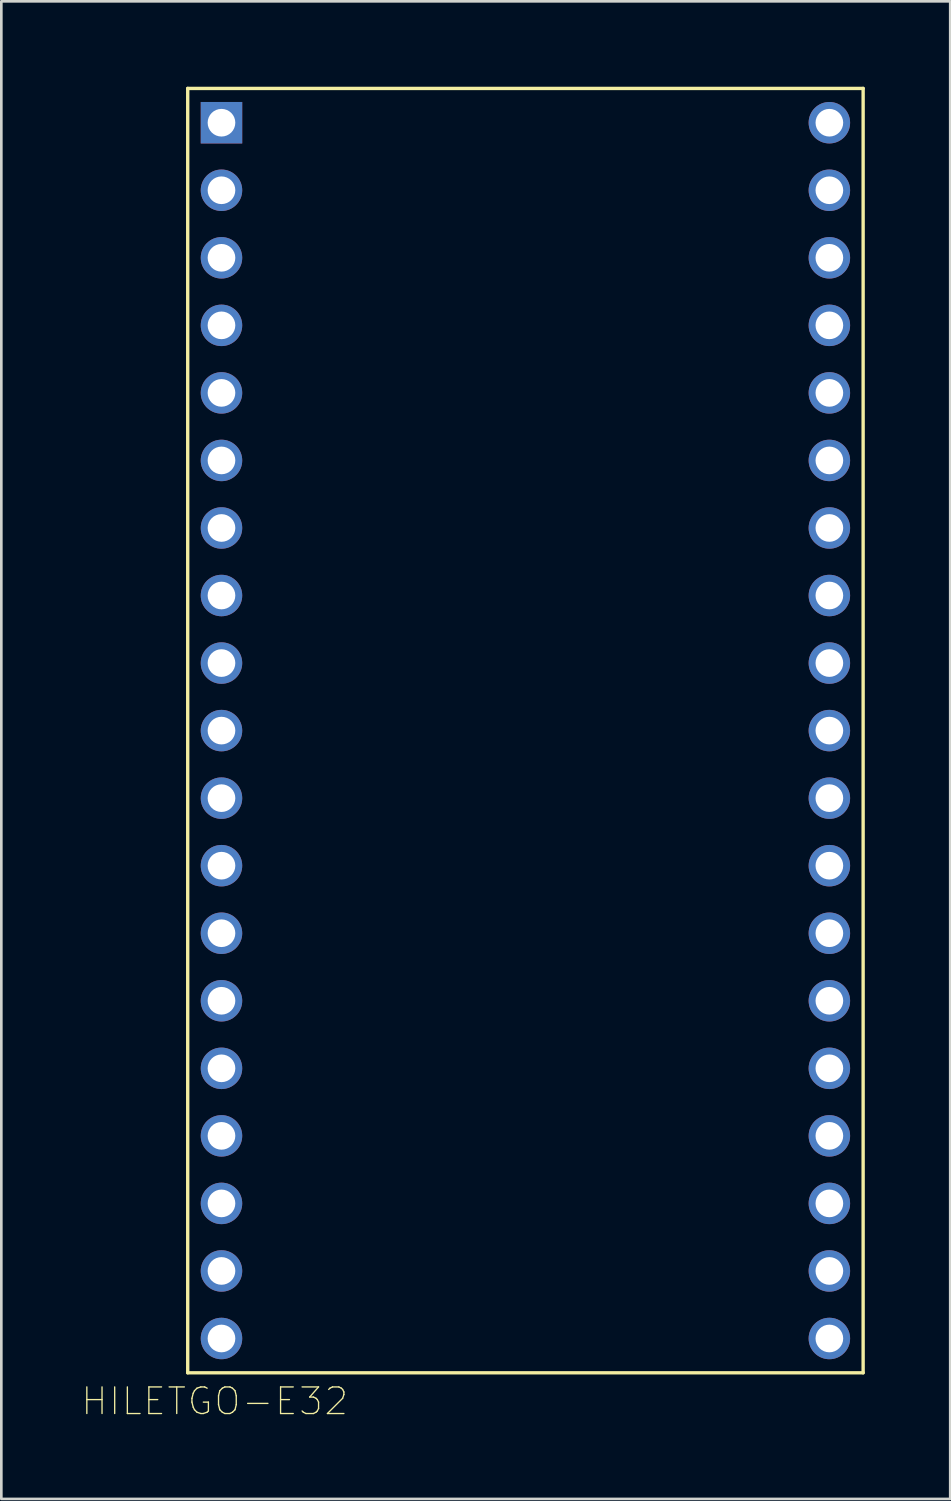
<source format=kicad_pcb>
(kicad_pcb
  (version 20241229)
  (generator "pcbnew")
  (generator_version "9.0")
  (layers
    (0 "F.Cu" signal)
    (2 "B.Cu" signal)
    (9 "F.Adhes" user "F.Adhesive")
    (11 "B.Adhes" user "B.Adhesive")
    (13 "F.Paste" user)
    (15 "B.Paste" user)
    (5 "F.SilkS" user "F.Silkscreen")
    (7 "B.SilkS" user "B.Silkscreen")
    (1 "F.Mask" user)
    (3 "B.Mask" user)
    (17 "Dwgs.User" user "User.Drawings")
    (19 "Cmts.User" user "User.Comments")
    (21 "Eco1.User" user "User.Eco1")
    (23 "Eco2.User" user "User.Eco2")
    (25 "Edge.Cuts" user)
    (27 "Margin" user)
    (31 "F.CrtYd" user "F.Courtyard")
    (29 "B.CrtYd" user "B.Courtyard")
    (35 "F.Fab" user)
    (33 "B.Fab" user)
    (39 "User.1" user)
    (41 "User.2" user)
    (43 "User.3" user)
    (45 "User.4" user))
  (footprint "HILETGO-E32"
    (layer "F.Cu")
    (at 16.709 21.325)
    (property "Reference" "HILETGO-E32" (at -11.684 28.321 0) (layer "F.SilkS") (effects (font (size 1 1) (thickness 0.05))))
    (attr through_hole)
    (fp_line (start -12.7 -21.05) (end 12.7 -21.05) (stroke (width 0.127) (type solid)) (layer "F.SilkS"))
    (fp_line (start -12.7 27.25) (end -12.7 -21.05) (stroke (width 0.127) (type solid)) (layer "F.SilkS"))
    (fp_line (start 12.7 -21.05) (end 12.7 27.25) (stroke (width 0.127) (type solid)) (layer "F.SilkS"))
    (fp_line (start 12.7 27.25) (end -12.7 27.25) (stroke (width 0.127) (type solid)) (layer "F.SilkS"))
    (fp_line (start -12.95 -21.3) (end 12.95 -21.3) (stroke (width 0.05) (type solid)) (layer "Eco1.User"))
    (fp_line (start -12.95 27.5) (end -12.95 -21.3) (stroke (width 0.05) (type solid)) (layer "Eco1.User"))
    (fp_line (start 12.95 -21.3) (end 12.95 27.5) (stroke (width 0.05) (type solid)) (layer "Eco1.User"))
    (fp_line (start 12.95 27.5) (end -12.95 27.5) (stroke (width 0.05) (type solid)) (layer "Eco1.User"))
    (fp_line (start -12.7 -21.05) (end 12.7 -21.05) (stroke (width 0.127) (type solid)) (layer "Eco2.User"))
    (fp_line (start -12.7 27.25) (end -12.7 -21.05) (stroke (width 0.127) (type solid)) (layer "Eco2.User"))
    (fp_line (start 12.7 -21.05) (end 12.7 27.25) (stroke (width 0.127) (type solid)) (layer "Eco2.User"))
    (fp_line (start 12.7 27.25) (end -12.7 27.25) (stroke (width 0.127) (type solid)) (layer "Eco2.User"))
    (fp_circle (center -14.6 -19.9) (end -14.46 -19.9) (stroke (width 0.28) (type solid)) (fill no) (layer "Eco2.User"))
    (fp_circle (center -14.6 -19.9) (end -14.46 -19.9) (stroke (width 0.28) (type solid)) (fill no) (layer "Eco2.User"))
    (pad "1" thru_hole rect (at -11.43 -19.76) (size 1.56 1.56) (drill 1.04) (layers "*.Cu" "*.Mask"))
    (pad "2" thru_hole circle (at -11.43 -17.22) (size 1.56 1.56) (drill 1.04) (layers "*.Cu" "*.Mask"))
    (pad "3" thru_hole circle (at -11.43 -14.68) (size 1.56 1.56) (drill 1.04) (layers "*.Cu" "*.Mask"))
    (pad "4" thru_hole circle (at -11.43 -12.14) (size 1.56 1.56) (drill 1.04) (layers "*.Cu" "*.Mask"))
    (pad "5" thru_hole circle (at -11.43 -9.6) (size 1.56 1.56) (drill 1.04) (layers "*.Cu" "*.Mask"))
    (pad "6" thru_hole circle (at -11.43 -7.06) (size 1.56 1.56) (drill 1.04) (layers "*.Cu" "*.Mask"))
    (pad "7" thru_hole circle (at -11.43 -4.52) (size 1.56 1.56) (drill 1.04) (layers "*.Cu" "*.Mask"))
    (pad "8" thru_hole circle (at -11.43 -1.98) (size 1.56 1.56) (drill 1.04) (layers "*.Cu" "*.Mask"))
    (pad "9" thru_hole circle (at -11.43 0.56) (size 1.56 1.56) (drill 1.04) (layers "*.Cu" "*.Mask"))
    (pad "10" thru_hole circle (at -11.43 3.1) (size 1.56 1.56) (drill 1.04) (layers "*.Cu" "*.Mask"))
    (pad "11" thru_hole circle (at -11.43 5.64) (size 1.56 1.56) (drill 1.04) (layers "*.Cu" "*.Mask"))
    (pad "12" thru_hole circle (at -11.43 8.18) (size 1.56 1.56) (drill 1.04) (layers "*.Cu" "*.Mask"))
    (pad "13" thru_hole circle (at -11.43 10.72) (size 1.56 1.56) (drill 1.04) (layers "*.Cu" "*.Mask"))
    (pad "14" thru_hole circle (at -11.43 13.26) (size 1.56 1.56) (drill 1.04) (layers "*.Cu" "*.Mask"))
    (pad "15" thru_hole circle (at -11.43 15.8) (size 1.56 1.56) (drill 1.04) (layers "*.Cu" "*.Mask"))
    (pad "16" thru_hole circle (at -11.43 18.34) (size 1.56 1.56) (drill 1.04) (layers "*.Cu" "*.Mask"))
    (pad "17" thru_hole circle (at -11.43 20.88) (size 1.56 1.56) (drill 1.04) (layers "*.Cu" "*.Mask"))
    (pad "18" thru_hole circle (at -11.43 23.42) (size 1.56 1.56) (drill 1.04) (layers "*.Cu" "*.Mask"))
    (pad "19" thru_hole circle (at -11.43 25.96) (size 1.56 1.56) (drill 1.04) (layers "*.Cu" "*.Mask"))
    (pad "20" thru_hole circle (at 11.43 -19.76) (size 1.56 1.56) (drill 1.04) (layers "*.Cu" "*.Mask"))
    (pad "21" thru_hole circle (at 11.43 -17.22) (size 1.56 1.56) (drill 1.04) (layers "*.Cu" "*.Mask"))
    (pad "22" thru_hole circle (at 11.43 -14.68) (size 1.56 1.56) (drill 1.04) (layers "*.Cu" "*.Mask"))
    (pad "23" thru_hole circle (at 11.43 -12.14) (size 1.56 1.56) (drill 1.04) (layers "*.Cu" "*.Mask"))
    (pad "24" thru_hole circle (at 11.43 -9.6) (size 1.56 1.56) (drill 1.04) (layers "*.Cu" "*.Mask"))
    (pad "25" thru_hole circle (at 11.43 -7.06) (size 1.56 1.56) (drill 1.04) (layers "*.Cu" "*.Mask"))
    (pad "26" thru_hole circle (at 11.43 -4.52) (size 1.56 1.56) (drill 1.04) (layers "*.Cu" "*.Mask"))
    (pad "27" thru_hole circle (at 11.43 -1.98) (size 1.56 1.56) (drill 1.04) (layers "*.Cu" "*.Mask"))
    (pad "28" thru_hole circle (at 11.43 0.56) (size 1.56 1.56) (drill 1.04) (layers "*.Cu" "*.Mask"))
    (pad "29" thru_hole circle (at 11.43 3.1) (size 1.56 1.56) (drill 1.04) (layers "*.Cu" "*.Mask"))
    (pad "30" thru_hole circle (at 11.43 5.64) (size 1.56 1.56) (drill 1.04) (layers "*.Cu" "*.Mask"))
    (pad "31" thru_hole circle (at 11.43 8.18) (size 1.56 1.56) (drill 1.04) (layers "*.Cu" "*.Mask"))
    (pad "32" thru_hole circle (at 11.43 10.72) (size 1.56 1.56) (drill 1.04) (layers "*.Cu" "*.Mask"))
    (pad "33" thru_hole circle (at 11.43 13.26) (size 1.56 1.56) (drill 1.04) (layers "*.Cu" "*.Mask"))
    (pad "34" thru_hole circle (at 11.43 15.8) (size 1.56 1.56) (drill 1.04) (layers "*.Cu" "*.Mask"))
    (pad "35" thru_hole circle (at 11.43 18.34) (size 1.56 1.56) (drill 1.04) (layers "*.Cu" "*.Mask"))
    (pad "36" thru_hole circle (at 11.43 20.88) (size 1.56 1.56) (drill 1.04) (layers "*.Cu" "*.Mask"))
    (pad "37" thru_hole circle (at 11.43 23.42) (size 1.56 1.56) (drill 1.04) (layers "*.Cu" "*.Mask"))
    (pad "38" thru_hole circle (at 11.43 25.96) (size 1.56 1.56) (drill 1.04) (layers "*.Cu" "*.Mask")))
  (gr_rect
    (start -3 -3)
    (end 32.684 53.319)
    (stroke (width 0.1) (type default))
    (fill no)
    (layer "Edge.Cuts")))
</source>
